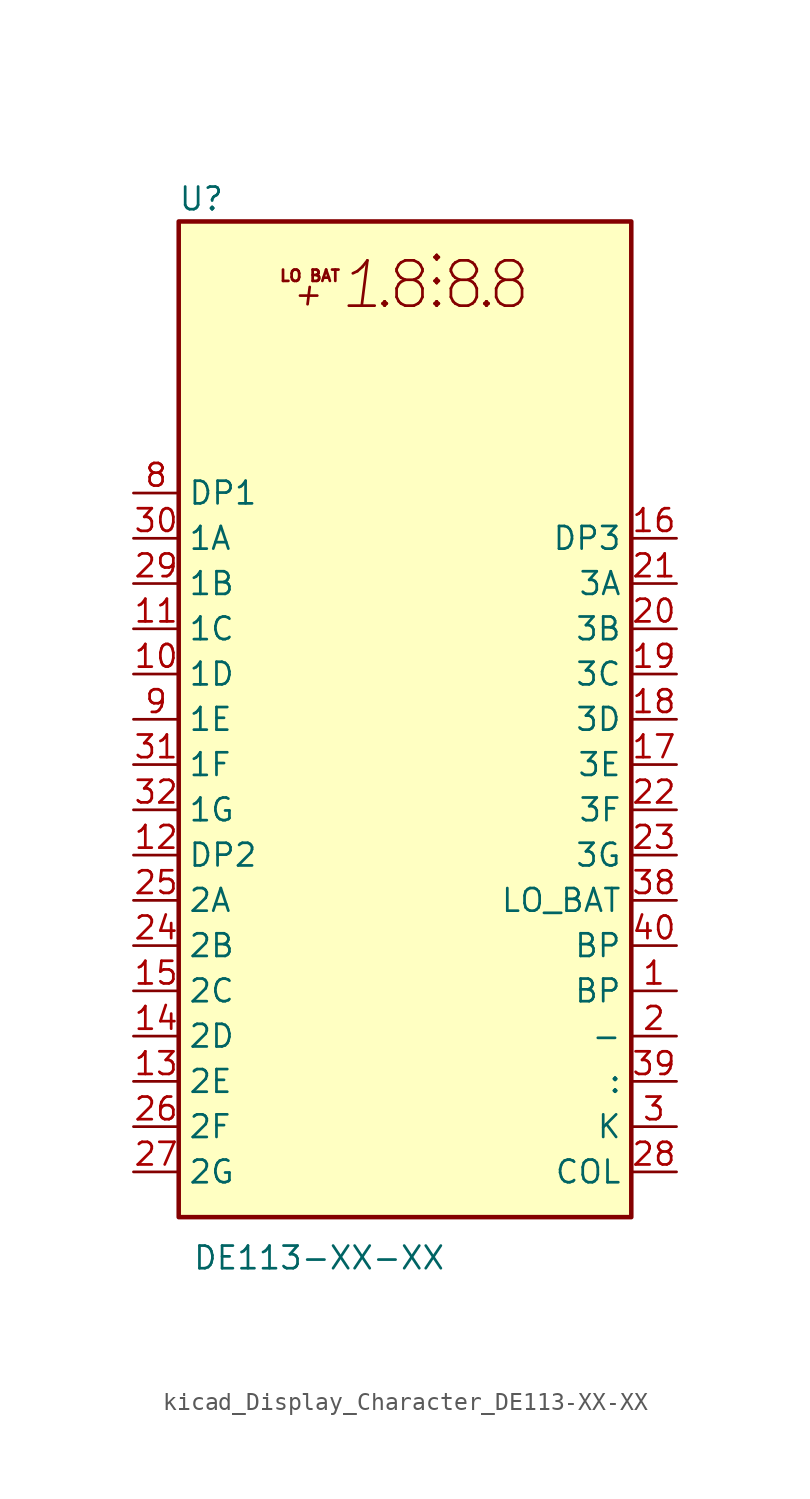
<source format=kicad_sym>
(kicad_symbol_lib
  (version 20220914)
  (generator kicad_symbol_editor)
  (symbol "kicad_Display_Character_DE113-XX-XX"
    (property "Reference" "U"
      (at -11.43 29.21 0)
      (effects (font (size 1.27 1.27))))
    (property "Value" "DE113-XX-XX"
      (at -11.938 -30.226 0)
      (effects (font (size 1.27 1.27)) (justify left)))
    (symbol "kicad_Display_Character_DE113-XX-XX_0_0"
      (text "+" (at -5.461 23.876 0) (effects (font (size 1.27 1.27) italic)))
      (text "." (at -1.143 24.384 0) (effects (font (size 2.54 2.54))))
      (text "." (at 1.778 24.384 0) (effects (font (size 2.54 2.54))))
      (text "." (at 4.572 24.384 0) (effects (font (size 2.54 2.54))))
      (text "1" (at -2.413 24.384 0) (effects (font (size 2.54 2.54) italic)))
      (text "8" (at 0.254 24.384 0) (effects (font (size 2.54 2.54))))
      (text "8" (at 3.302 24.384 0) (effects (font (size 2.54 2.54))))
      (text "8" (at 5.842 24.384 0) (effects (font (size 2.54 2.54))))
      (text ":" (at 1.778 25.654 0) (effects (font (size 2.54 2.54))))
      (text "LO BAT" (at -5.334 24.892 0) (effects (font (size 0.635 0.635)))))
    (symbol "kicad_Display_Character_DE113-XX-XX_0_1"
      (rectangle (start -12.7 27.94) (end 12.7 -27.94) (stroke (width 0.254) (type default)) (fill (type background))))
    (symbol "kicad_Display_Character_DE113-XX-XX_1_1"
      (pin input line (at 15.24 -15.24 180) (length 2.54) (name "BP" (effects (font (size 1.27 1.27)))) (number "1" (effects (font (size 1.27 1.27)))))
      (pin input line (at -15.24 2.54 0) (length 2.54) (name "1D" (effects (font (size 1.27 1.27)))) (number "10" (effects (font (size 1.27 1.27)))))
      (pin input line (at -15.24 5.08 0) (length 2.54) (name "1C" (effects (font (size 1.27 1.27)))) (number "11" (effects (font (size 1.27 1.27)))))
      (pin input line (at -15.24 -7.62 0) (length 2.54) (name "DP2" (effects (font (size 1.27 1.27)))) (number "12" (effects (font (size 1.27 1.27)))))
      (pin input line (at -15.24 -20.32 0) (length 2.54) (name "2E" (effects (font (size 1.27 1.27)))) (number "13" (effects (font (size 1.27 1.27)))))
      (pin input line (at -15.24 -17.78 0) (length 2.54) (name "2D" (effects (font (size 1.27 1.27)))) (number "14" (effects (font (size 1.27 1.27)))))
      (pin input line (at -15.24 -15.24 0) (length 2.54) (name "2C" (effects (font (size 1.27 1.27)))) (number "15" (effects (font (size 1.27 1.27)))))
      (pin input line (at 15.24 10.16 180) (length 2.54) (name "DP3" (effects (font (size 1.27 1.27)))) (number "16" (effects (font (size 1.27 1.27)))))
      (pin input line (at 15.24 -2.54 180) (length 2.54) (name "3E" (effects (font (size 1.27 1.27)))) (number "17" (effects (font (size 1.27 1.27)))))
      (pin input line (at 15.24 0 180) (length 2.54) (name "3D" (effects (font (size 1.27 1.27)))) (number "18" (effects (font (size 1.27 1.27)))))
      (pin input line (at 15.24 2.54 180) (length 2.54) (name "3C" (effects (font (size 1.27 1.27)))) (number "19" (effects (font (size 1.27 1.27)))))
      (pin input line (at 15.24 -17.78 180) (length 2.54) (name "-" (effects (font (size 1.27 1.27)))) (number "2" (effects (font (size 1.27 1.27)))))
      (pin input line (at 15.24 5.08 180) (length 2.54) (name "3B" (effects (font (size 1.27 1.27)))) (number "20" (effects (font (size 1.27 1.27)))))
      (pin input line (at 15.24 7.62 180) (length 2.54) (name "3A" (effects (font (size 1.27 1.27)))) (number "21" (effects (font (size 1.27 1.27)))))
      (pin input line (at 15.24 -5.08 180) (length 2.54) (name "3F" (effects (font (size 1.27 1.27)))) (number "22" (effects (font (size 1.27 1.27)))))
      (pin input line (at 15.24 -7.62 180) (length 2.54) (name "3G" (effects (font (size 1.27 1.27)))) (number "23" (effects (font (size 1.27 1.27)))))
      (pin input line (at -15.24 -12.7 0) (length 2.54) (name "2B" (effects (font (size 1.27 1.27)))) (number "24" (effects (font (size 1.27 1.27)))))
      (pin input line (at -15.24 -10.16 0) (length 2.54) (name "2A" (effects (font (size 1.27 1.27)))) (number "25" (effects (font (size 1.27 1.27)))))
      (pin input line (at -15.24 -22.86 0) (length 2.54) (name "2F" (effects (font (size 1.27 1.27)))) (number "26" (effects (font (size 1.27 1.27)))))
      (pin input line (at -15.24 -25.4 0) (length 2.54) (name "2G" (effects (font (size 1.27 1.27)))) (number "27" (effects (font (size 1.27 1.27)))))
      (pin input line (at 15.24 -25.4 180) (length 2.54) (name "COL" (effects (font (size 1.27 1.27)))) (number "28" (effects (font (size 1.27 1.27)))))
      (pin input line (at -15.24 7.62 0) (length 2.54) (name "1B" (effects (font (size 1.27 1.27)))) (number "29" (effects (font (size 1.27 1.27)))))
      (pin input line (at 15.24 -22.86 180) (length 2.54) (name "K" (effects (font (size 1.27 1.27)))) (number "3" (effects (font (size 1.27 1.27)))))
      (pin input line (at -15.24 10.16 0) (length 2.54) (name "1A" (effects (font (size 1.27 1.27)))) (number "30" (effects (font (size 1.27 1.27)))))
      (pin input line (at -15.24 -2.54 0) (length 2.54) (name "1F" (effects (font (size 1.27 1.27)))) (number "31" (effects (font (size 1.27 1.27)))))
      (pin input line (at -15.24 -5.08 0) (length 2.54) (name "1G" (effects (font (size 1.27 1.27)))) (number "32" (effects (font (size 1.27 1.27)))))
      (pin no_connect line (at 12.7 12.7 180) (length 2.54) hide (name "NC" (effects (font (size 1.27 1.27)))) (number "33" (effects (font (size 1.27 1.27)))))
      (pin no_connect line (at 12.7 15.24 180) (length 2.54) hide (name "NC" (effects (font (size 1.27 1.27)))) (number "34" (effects (font (size 1.27 1.27)))))
      (pin no_connect line (at 12.7 17.78 180) (length 2.54) hide (name "NC" (effects (font (size 1.27 1.27)))) (number "35" (effects (font (size 1.27 1.27)))))
      (pin no_connect line (at 12.7 20.32 180) (length 2.54) hide (name "NC" (effects (font (size 1.27 1.27)))) (number "36" (effects (font (size 1.27 1.27)))))
      (pin no_connect line (at 12.7 22.86 180) (length 2.54) hide (name "NC" (effects (font (size 1.27 1.27)))) (number "37" (effects (font (size 1.27 1.27)))))
      (pin input line (at 15.24 -10.16 180) (length 2.54) (name "LO_BAT" (effects (font (size 1.27 1.27)))) (number "38" (effects (font (size 1.27 1.27)))))
      (pin input line (at 15.24 -20.32 180) (length 2.54) (name ":" (effects (font (size 1.27 1.27)))) (number "39" (effects (font (size 1.27 1.27)))))
      (pin no_connect line (at -12.7 22.86 0) (length 2.54) hide (name "NC" (effects (font (size 1.27 1.27)))) (number "4" (effects (font (size 1.27 1.27)))))
      (pin input line (at 15.24 -12.7 180) (length 2.54) (name "BP" (effects (font (size 1.27 1.27)))) (number "40" (effects (font (size 1.27 1.27)))))
      (pin no_connect line (at -12.7 20.32 0) (length 2.54) hide (name "NC" (effects (font (size 1.27 1.27)))) (number "5" (effects (font (size 1.27 1.27)))))
      (pin no_connect line (at -12.7 17.78 0) (length 2.54) hide (name "NC" (effects (font (size 1.27 1.27)))) (number "6" (effects (font (size 1.27 1.27)))))
      (pin no_connect line (at -12.7 15.24 0) (length 2.54) hide (name "NC" (effects (font (size 1.27 1.27)))) (number "7" (effects (font (size 1.27 1.27)))))
      (pin input line (at -15.24 12.7 0) (length 2.54) (name "DP1" (effects (font (size 1.27 1.27)))) (number "8" (effects (font (size 1.27 1.27)))))
      (pin input line (at -15.24 0 0) (length 2.54) (name "1E" (effects (font (size 1.27 1.27)))) (number "9" (effects (font (size 1.27 1.27))))))))
</source>
